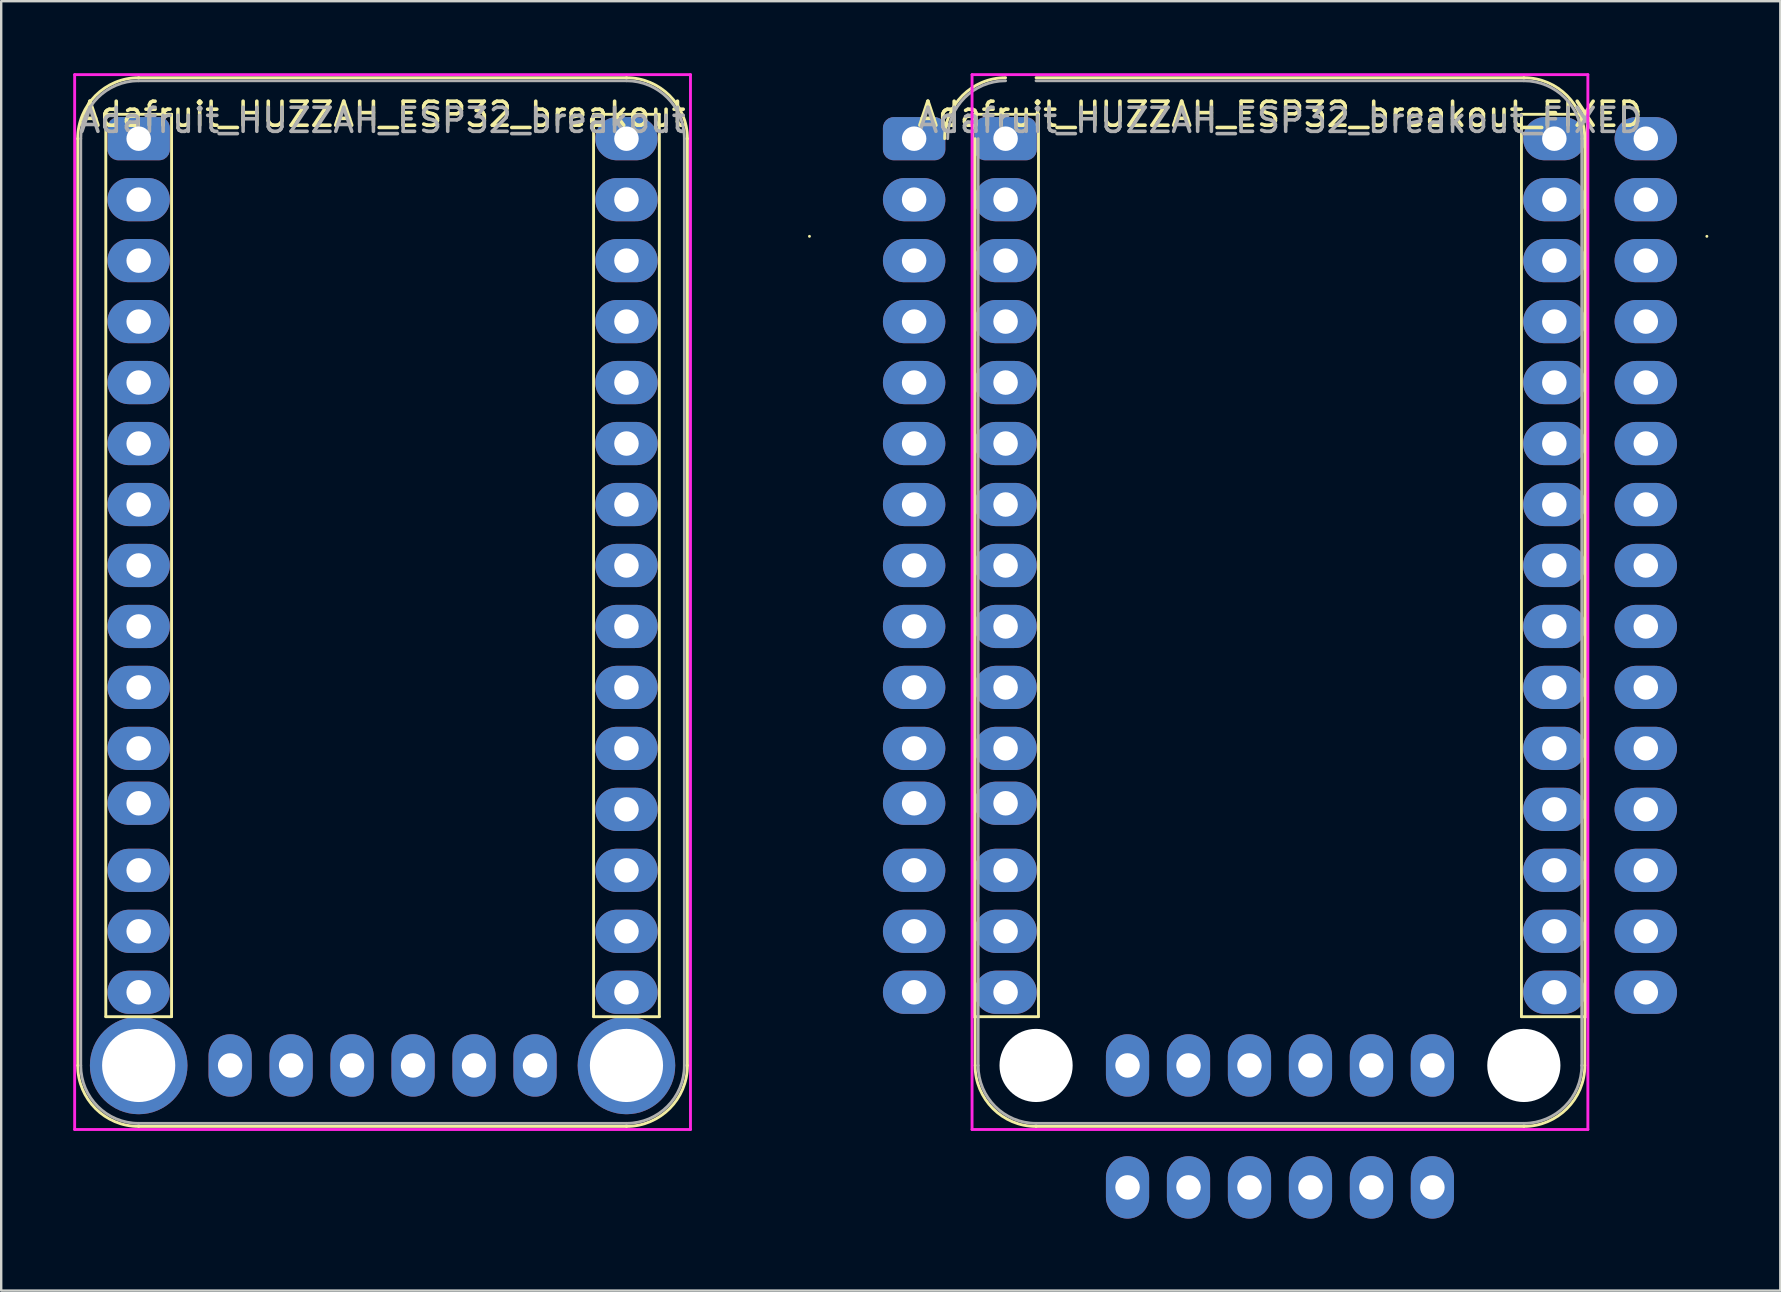
<source format=kicad_pcb>
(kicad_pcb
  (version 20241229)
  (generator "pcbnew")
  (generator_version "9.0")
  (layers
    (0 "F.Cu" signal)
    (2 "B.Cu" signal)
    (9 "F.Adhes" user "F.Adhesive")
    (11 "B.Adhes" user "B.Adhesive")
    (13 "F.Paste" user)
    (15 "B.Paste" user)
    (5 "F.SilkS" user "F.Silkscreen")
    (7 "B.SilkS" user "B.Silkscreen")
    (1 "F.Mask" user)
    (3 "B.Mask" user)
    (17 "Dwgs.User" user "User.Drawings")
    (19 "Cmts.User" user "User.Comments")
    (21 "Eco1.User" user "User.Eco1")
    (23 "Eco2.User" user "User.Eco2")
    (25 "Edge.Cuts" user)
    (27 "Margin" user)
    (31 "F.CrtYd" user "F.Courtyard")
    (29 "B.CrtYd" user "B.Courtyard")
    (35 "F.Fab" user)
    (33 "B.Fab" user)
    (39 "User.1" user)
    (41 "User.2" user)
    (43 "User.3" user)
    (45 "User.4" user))
  (footprint "Adafruit_HUZZAH_ESP32_breakout"
    (layer "F.Cu")
    (at 12.887 22.031)
    (property "Reference" "Adafruit_HUZZAH_ESP32_breakout" (at 0 -20.32 0) (layer "F.SilkS") (effects (font (size 1 1) (thickness 0.15))))
    (attr through_hole)
    (fp_line (start -12.7 19.304) (end -12.7 -19.304) (stroke (width 0.12) (type solid)) (layer "F.SilkS"))
    (fp_line (start -11.53 -20.32) (end -11.53 17.272) (stroke (width 0.12) (type solid)) (layer "F.SilkS"))
    (fp_line (start -11.53 17.272) (end -8.79 17.272) (stroke (width 0.12) (type solid)) (layer "F.SilkS"))
    (fp_line (start -10.16 -21.844) (end 10.16 -21.844) (stroke (width 0.12) (type solid)) (layer "F.SilkS"))
    (fp_line (start -8.79 -20.32) (end -11.53 -20.32) (stroke (width 0.12) (type solid)) (layer "F.SilkS"))
    (fp_line (start -8.79 17.272) (end -8.79 -20.32) (stroke (width 0.12) (type solid)) (layer "F.SilkS"))
    (fp_line (start 8.79 -20.32) (end 8.79 17.272) (stroke (width 0.12) (type solid)) (layer "F.SilkS"))
    (fp_line (start 8.79 17.272) (end 11.53 17.272) (stroke (width 0.12) (type solid)) (layer "F.SilkS"))
    (fp_line (start 10.16 21.844) (end -10.16 21.844) (stroke (width 0.12) (type solid)) (layer "F.SilkS"))
    (fp_line (start 11.53 -20.32) (end 8.79 -20.32) (stroke (width 0.12) (type solid)) (layer "F.SilkS"))
    (fp_line (start 11.53 17.272) (end 11.53 -20.32) (stroke (width 0.12) (type solid)) (layer "F.SilkS"))
    (fp_line (start 12.7 -19.304) (end 12.7 19.304) (stroke (width 0.12) (type solid)) (layer "F.SilkS"))
    (fp_line (start 17.784 -15.236) (end 17.784 -15.236) (stroke (width 0.12) (type solid)) (layer "F.SilkS"))
    (fp_arc (start -12.7 -19.304) (mid -11.956051 -21.100051) (end -10.16 -21.844) (stroke (width 0.12) (type solid)) (layer "F.SilkS"))
    (fp_arc (start -10.16 21.844) (mid -11.956051 21.100051) (end -12.7 19.304) (stroke (width 0.12) (type solid)) (layer "F.SilkS"))
    (fp_arc (start 10.16 -21.844) (mid 11.956051 -21.100051) (end 12.7 -19.304) (stroke (width 0.12) (type solid)) (layer "F.SilkS"))
    (fp_arc (start 12.7 19.304) (mid 11.956051 21.100051) (end 10.16 21.844) (stroke (width 0.12) (type solid)) (layer "F.SilkS"))
    (fp_line (start -12.827 -21.971) (end 12.827 -21.971) (stroke (width 0.12) (type solid)) (layer "F.CrtYd"))
    (fp_line (start -12.827 21.971) (end -12.827 -21.971) (stroke (width 0.12) (type solid)) (layer "F.CrtYd"))
    (fp_line (start 12.827 -21.971) (end 12.827 21.971) (stroke (width 0.12) (type solid)) (layer "F.CrtYd"))
    (fp_line (start 12.827 21.971) (end -12.827 21.971) (stroke (width 0.12) (type solid)) (layer "F.CrtYd"))
    (fp_line (start -12.573 19.304) (end -12.573 -19.304) (stroke (width 0.12) (type solid)) (layer "F.Fab"))
    (fp_line (start -10.16 -21.717) (end 10.16 -21.717) (stroke (width 0.12) (type solid)) (layer "F.Fab"))
    (fp_line (start 10.16 21.717) (end -10.16 21.717) (stroke (width 0.12) (type solid)) (layer "F.Fab"))
    (fp_line (start 12.573 -19.304) (end 12.573 19.304) (stroke (width 0.12) (type solid)) (layer "F.Fab"))
    (fp_arc (start -12.573 -19.304) (mid -11.866249 -21.010249) (end -10.16 -21.717) (stroke (width 0.12) (type solid)) (layer "F.Fab"))
    (fp_arc (start -10.16 21.717) (mid -11.866249 21.010249) (end -12.573 19.304) (stroke (width 0.12) (type solid)) (layer "F.Fab"))
    (fp_arc (start 10.16 -21.717) (mid 11.866249 -21.010249) (end 12.573 -19.304) (stroke (width 0.12) (type solid)) (layer "F.Fab"))
    (fp_arc (start 12.573 19.304) (mid 11.866249 21.010249) (end 10.16 21.717) (stroke (width 0.12) (type solid)) (layer "F.Fab"))
    (fp_text user "${REFERENCE}" (at 0 -20.066 0) (layer "F.Fab") (effects (font (size 1 1) (thickness 0.15))))
    (pad "" np_thru_hole circle (at -10.16 19.304) (size 4.064 4.064) (drill 3.048) (layers "*.Cu" "*.Mask"))
    (pad "" np_thru_hole circle (at 10.16 19.304) (size 4.064 4.064) (drill 3.048) (layers "*.Cu" "*.Mask"))
    (pad "1" thru_hole roundrect (at -10.16 -19.304) (size 2.6 1.8) (drill 1.02) (layers "*.Cu" "*.Mask") (roundrect_rratio 0.25))
    (pad "2" thru_hole oval (at -10.16 -16.764) (size 2.6 1.8) (drill 1.02) (layers "*.Cu" "*.Mask"))
    (pad "3" thru_hole oval (at -10.16 -14.224) (size 2.6 1.8) (drill 1.02) (layers "*.Cu" "*.Mask"))
    (pad "4" thru_hole oval (at -10.16 -11.684) (size 2.6 1.8) (drill 1.02) (layers "*.Cu" "*.Mask"))
    (pad "5" thru_hole oval (at -10.16 -9.144) (size 2.6 1.8) (drill 1.02) (layers "*.Cu" "*.Mask"))
    (pad "6" thru_hole oval (at -10.16 -6.604) (size 2.6 1.8) (drill 1.02) (layers "*.Cu" "*.Mask"))
    (pad "7" thru_hole oval (at -10.16 -4.064) (size 2.6 1.8) (drill 1.02) (layers "*.Cu" "*.Mask"))
    (pad "8" thru_hole oval (at -10.16 -1.524) (size 2.6 1.8) (drill 1.02) (layers "*.Cu" "*.Mask"))
    (pad "9" thru_hole oval (at -10.16 1.016) (size 2.6 1.8) (drill 1.02) (layers "*.Cu" "*.Mask"))
    (pad "10" thru_hole oval (at -10.16 3.556) (size 2.6 1.8) (drill 1.02) (layers "*.Cu" "*.Mask"))
    (pad "11" thru_hole oval (at -10.16 6.096) (size 2.6 1.8) (drill 1.02) (layers "*.Cu" "*.Mask"))
    (pad "12" thru_hole oval (at -10.16 8.382) (size 2.6 1.8) (drill 1.02) (layers "*.Cu" "*.Mask"))
    (pad "13" thru_hole oval (at -10.16 11.176) (size 2.6 1.8) (drill 1.02) (layers "*.Cu" "*.Mask"))
    (pad "14" thru_hole oval (at -10.16 13.716) (size 2.6 1.8) (drill 1.02) (layers "*.Cu" "*.Mask"))
    (pad "15" thru_hole oval (at -10.16 16.256) (size 2.6 1.8) (drill 1.02) (layers "*.Cu" "*.Mask"))
    (pad "16" thru_hole oval (at 10.16 16.256) (size 2.6 1.8) (drill 1.02) (layers "*.Cu" "*.Mask"))
    (pad "17" thru_hole oval (at 10.16 13.716) (size 2.6 1.8) (drill 1.02) (layers "*.Cu" "*.Mask"))
    (pad "18" thru_hole oval (at 10.16 11.176) (size 2.6 1.8) (drill 1.02) (layers "*.Cu" "*.Mask"))
    (pad "19" thru_hole oval (at 10.16 8.636) (size 2.6 1.8) (drill 1.02) (layers "*.Cu" "*.Mask"))
    (pad "20" thru_hole oval (at 10.16 6.096) (size 2.6 1.8) (drill 1.02) (layers "*.Cu" "*.Mask"))
    (pad "21" thru_hole oval (at 10.16 3.556) (size 2.6 1.8) (drill 1.02) (layers "*.Cu" "*.Mask"))
    (pad "22" thru_hole oval (at 10.16 1.016) (size 2.6 1.8) (drill 1.02) (layers "*.Cu" "*.Mask"))
    (pad "23" thru_hole oval (at 10.16 -1.524) (size 2.6 1.8) (drill 1.02) (layers "*.Cu" "*.Mask"))
    (pad "24" thru_hole oval (at 10.16 -4.064) (size 2.6 1.8) (drill 1.02) (layers "*.Cu" "*.Mask"))
    (pad "25" thru_hole oval (at 10.16 -6.604) (size 2.6 1.8) (drill 1.02) (layers "*.Cu" "*.Mask"))
    (pad "26" thru_hole oval (at 10.16 -9.144) (size 2.6 1.8) (drill 1.02) (layers "*.Cu" "*.Mask"))
    (pad "27" thru_hole oval (at 10.16 -11.684) (size 2.6 1.8) (drill 1.02) (layers "*.Cu" "*.Mask"))
    (pad "28" thru_hole oval (at 10.16 -14.224) (size 2.6 1.8) (drill 1.02) (layers "*.Cu" "*.Mask"))
    (pad "29" thru_hole oval (at 10.16 -16.764) (size 2.6 1.8) (drill 1.02) (layers "*.Cu" "*.Mask"))
    (pad "30" thru_hole oval (at 10.16 -19.304) (size 2.6 1.8) (drill 1.02) (layers "*.Cu" "*.Mask"))
    (pad "31" thru_hole oval (at -6.35 19.304) (size 1.8 2.6) (drill 1.02) (layers "*.Cu" "*.Mask"))
    (pad "32" thru_hole oval (at -3.81 19.304) (size 1.8 2.6) (drill 1.02) (layers "*.Cu" "*.Mask"))
    (pad "33" thru_hole oval (at -1.27 19.304) (size 1.8 2.6) (drill 1.02) (layers "*.Cu" "*.Mask"))
    (pad "34" thru_hole oval (at 1.27 19.304) (size 1.8 2.6) (drill 1.02) (layers "*.Cu" "*.Mask"))
    (pad "35" thru_hole oval (at 3.81 19.304) (size 1.8 2.6) (drill 1.02) (layers "*.Cu" "*.Mask"))
    (pad "36" thru_hole oval (at 6.35 19.304) (size 1.8 2.6) (drill 1.02) (layers "*.Cu" "*.Mask")))
  (footprint "Adafruit_HUZZAH_ESP32_breakout_FIXED"
    (layer "F.Cu")
    (at 50.271 22.031)
    (property "Reference" "Adafruit_HUZZAH_ESP32_breakout_FIXED" (at 0 -20.32 0) (layer "F.SilkS") (effects (font (size 1 1) (thickness 0.15))))
    (attr through_hole)
    (fp_line (start -12.8 -20.32) (end -12.8 17.272) (stroke (width 0.12) (type solid)) (layer "F.SilkS"))
    (fp_line (start -12.8 17.272) (end -10.06 17.272) (stroke (width 0.12) (type solid)) (layer "F.SilkS"))
    (fp_line (start -12.7 19.304) (end -12.7 -19.304) (stroke (width 0.12) (type solid)) (layer "F.SilkS"))
    (fp_line (start -10.16 -21.844) (end 10.16 -21.844) (stroke (width 0.12) (type solid)) (layer "F.SilkS"))
    (fp_line (start -10.06 -20.32) (end -12.8 -20.32) (stroke (width 0.12) (type solid)) (layer "F.SilkS"))
    (fp_line (start -10.06 17.272) (end -10.06 -20.32) (stroke (width 0.12) (type solid)) (layer "F.SilkS"))
    (fp_line (start 10.06 -20.32) (end 10.06 17.272) (stroke (width 0.12) (type solid)) (layer "F.SilkS"))
    (fp_line (start 10.06 17.272) (end 12.8 17.272) (stroke (width 0.12) (type solid)) (layer "F.SilkS"))
    (fp_line (start 10.16 21.844) (end -10.16 21.844) (stroke (width 0.12) (type solid)) (layer "F.SilkS"))
    (fp_line (start 12.7 -19.304) (end 12.7 19.304) (stroke (width 0.12) (type solid)) (layer "F.SilkS"))
    (fp_line (start 12.8 -20.32) (end 10.06 -20.32) (stroke (width 0.12) (type solid)) (layer "F.SilkS"))
    (fp_line (start 12.8 17.272) (end 12.8 -20.32) (stroke (width 0.12) (type solid)) (layer "F.SilkS"))
    (fp_line (start 17.784 -15.236) (end 17.784 -15.236) (stroke (width 0.12) (type solid)) (layer "F.SilkS"))
    (fp_arc (start -13.97 -19.304) (mid -13.226051 -21.100051) (end -11.43 -21.844) (stroke (width 0.12) (type solid)) (layer "F.SilkS"))
    (fp_arc (start -10.16 21.844) (mid -11.956051 21.100051) (end -12.7 19.304) (stroke (width 0.12) (type solid)) (layer "F.SilkS"))
    (fp_arc (start 10.16 -21.844) (mid 11.956051 -21.100051) (end 12.7 -19.304) (stroke (width 0.12) (type solid)) (layer "F.SilkS"))
    (fp_arc (start 12.7 19.304) (mid 11.956051 21.100051) (end 10.16 21.844) (stroke (width 0.12) (type solid)) (layer "F.SilkS"))
    (fp_line (start -12.827 -21.971) (end 12.827 -21.971) (stroke (width 0.12) (type solid)) (layer "F.CrtYd"))
    (fp_line (start -12.827 21.971) (end -12.827 -21.971) (stroke (width 0.12) (type solid)) (layer "F.CrtYd"))
    (fp_line (start 12.827 -21.971) (end 12.827 21.971) (stroke (width 0.12) (type solid)) (layer "F.CrtYd"))
    (fp_line (start 12.827 21.971) (end -12.827 21.971) (stroke (width 0.12) (type solid)) (layer "F.CrtYd"))
    (fp_line (start -12.573 19.304) (end -12.573 -19.304) (stroke (width 0.12) (type solid)) (layer "F.Fab"))
    (fp_line (start -10.16 -21.717) (end 10.16 -21.717) (stroke (width 0.12) (type solid)) (layer "F.Fab"))
    (fp_line (start 10.16 21.717) (end -10.16 21.717) (stroke (width 0.12) (type solid)) (layer "F.Fab"))
    (fp_line (start 12.573 -19.304) (end 12.573 19.304) (stroke (width 0.12) (type solid)) (layer "F.Fab"))
    (fp_arc (start -13.843 -19.304) (mid -13.136249 -21.010249) (end -11.43 -21.717) (stroke (width 0.12) (type solid)) (layer "F.Fab"))
    (fp_arc (start -10.16 21.717) (mid -11.866249 21.010249) (end -12.573 19.304) (stroke (width 0.12) (type solid)) (layer "F.Fab"))
    (fp_arc (start 10.16 -21.717) (mid 11.866249 -21.010249) (end 12.573 -19.304) (stroke (width 0.12) (type solid)) (layer "F.Fab"))
    (fp_arc (start 12.573 19.304) (mid 11.866249 21.010249) (end 10.16 21.717) (stroke (width 0.12) (type solid)) (layer "F.Fab"))
    (fp_text user "${REFERENCE}" (at 0 -20.066 0) (layer "F.Fab") (effects (font (size 1 1) (thickness 0.15))))
    (pad "" np_thru_hole circle (at -10.16 19.304) (size 3.048 3.048) (drill 3.048) (layers "*.Cu" "*.Mask"))
    (pad "" np_thru_hole circle (at 10.16 19.304) (size 3.048 3.048) (drill 3.048) (layers "*.Cu" "*.Mask"))
    (pad "1" thru_hole roundrect (at -15.24 -19.304) (size 2.6 1.8) (drill 1.02) (layers "*.Cu" "*.Mask") (roundrect_rratio 0.25))
    (pad "1" thru_hole roundrect (at -11.43 -19.304) (size 2.6 1.8) (drill 1.02) (layers "*.Cu" "*.Mask") (roundrect_rratio 0.25))
    (pad "2" thru_hole oval (at -15.24 -16.764) (size 2.6 1.8) (drill 1.02) (layers "*.Cu" "*.Mask"))
    (pad "2" thru_hole oval (at -11.43 -16.764) (size 2.6 1.8) (drill 1.02) (layers "*.Cu" "*.Mask"))
    (pad "3" thru_hole oval (at -15.24 -14.224) (size 2.6 1.8) (drill 1.02) (layers "*.Cu" "*.Mask"))
    (pad "3" thru_hole oval (at -11.43 -14.224) (size 2.6 1.8) (drill 1.02) (layers "*.Cu" "*.Mask"))
    (pad "4" thru_hole oval (at -15.24 -11.684) (size 2.6 1.8) (drill 1.02) (layers "*.Cu" "*.Mask"))
    (pad "4" thru_hole oval (at -11.43 -11.684) (size 2.6 1.8) (drill 1.02) (layers "*.Cu" "*.Mask"))
    (pad "5" thru_hole oval (at -15.24 -9.144) (size 2.6 1.8) (drill 1.02) (layers "*.Cu" "*.Mask"))
    (pad "5" thru_hole oval (at -11.43 -9.144) (size 2.6 1.8) (drill 1.02) (layers "*.Cu" "*.Mask"))
    (pad "6" thru_hole oval (at -15.24 -6.604) (size 2.6 1.8) (drill 1.02) (layers "*.Cu" "*.Mask"))
    (pad "6" thru_hole oval (at -11.43 -6.604) (size 2.6 1.8) (drill 1.02) (layers "*.Cu" "*.Mask"))
    (pad "7" thru_hole oval (at -15.24 -4.064) (size 2.6 1.8) (drill 1.02) (layers "*.Cu" "*.Mask"))
    (pad "7" thru_hole oval (at -11.43 -4.064) (size 2.6 1.8) (drill 1.02) (layers "*.Cu" "*.Mask"))
    (pad "8" thru_hole oval (at -15.24 -1.524) (size 2.6 1.8) (drill 1.02) (layers "*.Cu" "*.Mask"))
    (pad "8" thru_hole oval (at -11.43 -1.524) (size 2.6 1.8) (drill 1.02) (layers "*.Cu" "*.Mask"))
    (pad "9" thru_hole oval (at -15.24 1.016) (size 2.6 1.8) (drill 1.02) (layers "*.Cu" "*.Mask"))
    (pad "9" thru_hole oval (at -11.43 1.016) (size 2.6 1.8) (drill 1.02) (layers "*.Cu" "*.Mask"))
    (pad "10" thru_hole oval (at -15.24 3.556) (size 2.6 1.8) (drill 1.02) (layers "*.Cu" "*.Mask"))
    (pad "10" thru_hole oval (at -11.43 3.556) (size 2.6 1.8) (drill 1.02) (layers "*.Cu" "*.Mask"))
    (pad "11" thru_hole oval (at -15.24 6.096) (size 2.6 1.8) (drill 1.02) (layers "*.Cu" "*.Mask"))
    (pad "11" thru_hole oval (at -11.43 6.096) (size 2.6 1.8) (drill 1.02) (layers "*.Cu" "*.Mask"))
    (pad "12" thru_hole oval (at -15.24 8.382) (size 2.6 1.8) (drill 1.02) (layers "*.Cu" "*.Mask"))
    (pad "12" thru_hole oval (at -11.43 8.382) (size 2.6 1.8) (drill 1.02) (layers "*.Cu" "*.Mask"))
    (pad "13" thru_hole oval (at -15.24 11.176) (size 2.6 1.8) (drill 1.02) (layers "*.Cu" "*.Mask"))
    (pad "13" thru_hole oval (at -11.43 11.176) (size 2.6 1.8) (drill 1.02) (layers "*.Cu" "*.Mask"))
    (pad "14" thru_hole oval (at -15.24 13.716) (size 2.6 1.8) (drill 1.02) (layers "*.Cu" "*.Mask"))
    (pad "14" thru_hole oval (at -11.43 13.716) (size 2.6 1.8) (drill 1.02) (layers "*.Cu" "*.Mask"))
    (pad "15" thru_hole oval (at -15.24 16.256) (size 2.6 1.8) (drill 1.02) (layers "*.Cu" "*.Mask"))
    (pad "15" thru_hole oval (at -11.43 16.256) (size 2.6 1.8) (drill 1.02) (layers "*.Cu" "*.Mask"))
    (pad "16" thru_hole oval (at 11.43 16.256) (size 2.6 1.8) (drill 1.02) (layers "*.Cu" "*.Mask"))
    (pad "16" thru_hole oval (at 15.24 16.256) (size 2.6 1.8) (drill 1.02) (layers "*.Cu" "*.Mask"))
    (pad "17" thru_hole oval (at 11.43 13.716) (size 2.6 1.8) (drill 1.02) (layers "*.Cu" "*.Mask"))
    (pad "17" thru_hole oval (at 15.24 13.716) (size 2.6 1.8) (drill 1.02) (layers "*.Cu" "*.Mask"))
    (pad "18" thru_hole oval (at 11.43 11.176) (size 2.6 1.8) (drill 1.02) (layers "*.Cu" "*.Mask"))
    (pad "18" thru_hole oval (at 15.24 11.176) (size 2.6 1.8) (drill 1.02) (layers "*.Cu" "*.Mask"))
    (pad "19" thru_hole oval (at 11.43 8.636) (size 2.6 1.8) (drill 1.02) (layers "*.Cu" "*.Mask"))
    (pad "19" thru_hole oval (at 15.24 8.636) (size 2.6 1.8) (drill 1.02) (layers "*.Cu" "*.Mask"))
    (pad "20" thru_hole oval (at 11.43 6.096) (size 2.6 1.8) (drill 1.02) (layers "*.Cu" "*.Mask"))
    (pad "20" thru_hole oval (at 15.24 6.096) (size 2.6 1.8) (drill 1.02) (layers "*.Cu" "*.Mask"))
    (pad "21" thru_hole oval (at 11.43 3.556) (size 2.6 1.8) (drill 1.02) (layers "*.Cu" "*.Mask"))
    (pad "21" thru_hole oval (at 15.24 3.556) (size 2.6 1.8) (drill 1.02) (layers "*.Cu" "*.Mask"))
    (pad "22" thru_hole oval (at 11.43 1.016) (size 2.6 1.8) (drill 1.02) (layers "*.Cu" "*.Mask"))
    (pad "22" thru_hole oval (at 15.24 1.016) (size 2.6 1.8) (drill 1.02) (layers "*.Cu" "*.Mask"))
    (pad "23" thru_hole oval (at 11.43 -1.524) (size 2.6 1.8) (drill 1.02) (layers "*.Cu" "*.Mask"))
    (pad "23" thru_hole oval (at 15.24 -1.524) (size 2.6 1.8) (drill 1.02) (layers "*.Cu" "*.Mask"))
    (pad "24" thru_hole oval (at 11.43 -4.064) (size 2.6 1.8) (drill 1.02) (layers "*.Cu" "*.Mask"))
    (pad "24" thru_hole oval (at 15.24 -4.064) (size 2.6 1.8) (drill 1.02) (layers "*.Cu" "*.Mask"))
    (pad "25" thru_hole oval (at 11.43 -6.604) (size 2.6 1.8) (drill 1.02) (layers "*.Cu" "*.Mask"))
    (pad "25" thru_hole oval (at 15.24 -6.604) (size 2.6 1.8) (drill 1.02) (layers "*.Cu" "*.Mask"))
    (pad "26" thru_hole oval (at 11.43 -9.144) (size 2.6 1.8) (drill 1.02) (layers "*.Cu" "*.Mask"))
    (pad "26" thru_hole oval (at 15.24 -9.144) (size 2.6 1.8) (drill 1.02) (layers "*.Cu" "*.Mask"))
    (pad "27" thru_hole oval (at 11.43 -11.684) (size 2.6 1.8) (drill 1.02) (layers "*.Cu" "*.Mask"))
    (pad "27" thru_hole oval (at 15.24 -11.684) (size 2.6 1.8) (drill 1.02) (layers "*.Cu" "*.Mask"))
    (pad "28" thru_hole oval (at 11.43 -14.224) (size 2.6 1.8) (drill 1.02) (layers "*.Cu" "*.Mask"))
    (pad "28" thru_hole oval (at 15.24 -14.224) (size 2.6 1.8) (drill 1.02) (layers "*.Cu" "*.Mask"))
    (pad "29" thru_hole oval (at 11.43 -16.764) (size 2.6 1.8) (drill 1.02) (layers "*.Cu" "*.Mask"))
    (pad "29" thru_hole oval (at 15.24 -16.764) (size 2.6 1.8) (drill 1.02) (layers "*.Cu" "*.Mask"))
    (pad "30" thru_hole oval (at 11.43 -19.304) (size 2.6 1.8) (drill 1.02) (layers "*.Cu" "*.Mask"))
    (pad "30" thru_hole oval (at 15.24 -19.304) (size 2.6 1.8) (drill 1.02) (layers "*.Cu" "*.Mask"))
    (pad "31" thru_hole oval (at -6.35 19.304) (size 1.8 2.6) (drill 1.02) (layers "*.Cu" "*.Mask"))
    (pad "31" thru_hole oval (at -6.35 24.384) (size 1.8 2.6) (drill 1.02) (layers "*.Cu" "*.Mask"))
    (pad "32" thru_hole oval (at -3.81 19.304) (size 1.8 2.6) (drill 1.02) (layers "*.Cu" "*.Mask"))
    (pad "32" thru_hole oval (at -3.81 24.384) (size 1.8 2.6) (drill 1.02) (layers "*.Cu" "*.Mask"))
    (pad "33" thru_hole oval (at -1.27 19.304) (size 1.8 2.6) (drill 1.02) (layers "*.Cu" "*.Mask"))
    (pad "33" thru_hole oval (at -1.27 24.384) (size 1.8 2.6) (drill 1.02) (layers "*.Cu" "*.Mask"))
    (pad "34" thru_hole oval (at 1.27 19.304) (size 1.8 2.6) (drill 1.02) (layers "*.Cu" "*.Mask"))
    (pad "34" thru_hole oval (at 1.27 24.384) (size 1.8 2.6) (drill 1.02) (layers "*.Cu" "*.Mask"))
    (pad "35" thru_hole oval (at 3.81 19.304) (size 1.8 2.6) (drill 1.02) (layers "*.Cu" "*.Mask"))
    (pad "35" thru_hole oval (at 3.81 24.384) (size 1.8 2.6) (drill 1.02) (layers "*.Cu" "*.Mask"))
    (pad "36" thru_hole oval (at 6.35 19.304) (size 1.8 2.6) (drill 1.02) (layers "*.Cu" "*.Mask"))
    (pad "36" thru_hole oval (at 6.35 24.384) (size 1.8 2.6) (drill 1.02) (layers "*.Cu" "*.Mask")))
  (gr_rect
    (start -3 -3)
    (end 71.115 50.715)
    (stroke (width 0.1) (type default))
    (fill no)
    (layer "Edge.Cuts")))
</source>
